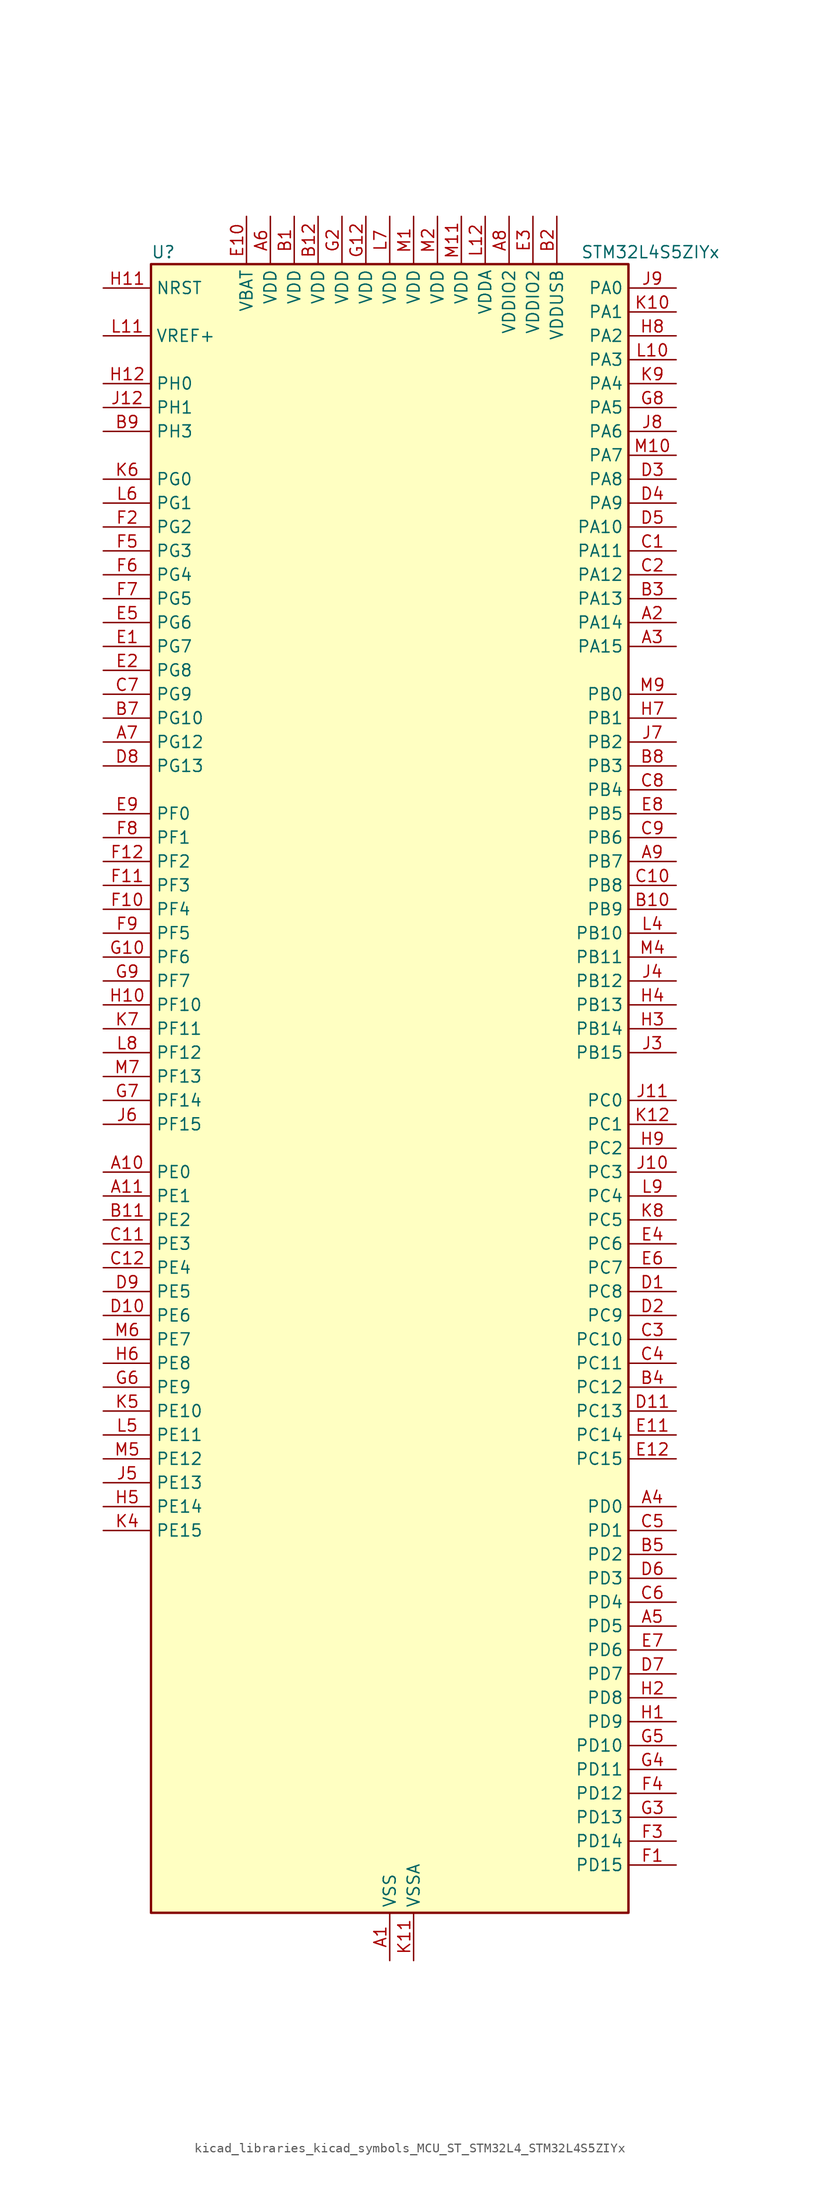
<source format=kicad_sym>
(kicad_symbol_lib
  (version 20220914)
  (generator kicad_symbol_editor)
  (symbol "kicad_libraries_kicad_symbols_MCU_ST_STM32L4_STM32L4S5ZIYx"
    (property "Reference" "U"
      (at -25.4 90.17 0)
      (effects (font (size 1.27 1.27)) (justify left)))
    (property "Value" "STM32L4S5ZIYx"
      (at 20.32 90.17 0)
      (effects (font (size 1.27 1.27)) (justify left)))
    (property "ki_locked" ""
      (at 0 0 0)
      (effects (font (size 1.27 1.27))))
    (symbol "kicad_libraries_kicad_symbols_MCU_ST_STM32L4_STM32L4S5ZIYx_0_1"
      (rectangle (start -25.4 -86.36) (end 25.4 88.9) (stroke (width 0.254) (type default)) (fill (type background))))
    (symbol "kicad_libraries_kicad_symbols_MCU_ST_STM32L4_STM32L4S5ZIYx_1_1"
      (pin power_in line (at 0 -91.44 90) (length 5.08) (name "VSS" (effects (font (size 1.27 1.27)))) (number "A1" (effects (font (size 1.27 1.27)))))
      (pin bidirectional line (at -30.48 -7.62 0) (length 5.08) (name "PE0" (effects (font (size 1.27 1.27)))) (number "A10" (effects (font (size 1.27 1.27)))) (alternate "DCMI_D2" bidirectional line) (alternate "FMC_NBL0" bidirectional line) (alternate "TIM16_CH1" bidirectional line) (alternate "TIM4_ETR" bidirectional line))
      (pin bidirectional line (at -30.48 -10.16 0) (length 5.08) (name "PE1" (effects (font (size 1.27 1.27)))) (number "A11" (effects (font (size 1.27 1.27)))) (alternate "DCMI_D3" bidirectional line) (alternate "FMC_NBL1" bidirectional line) (alternate "TIM17_CH1" bidirectional line))
      (pin passive line (at 0 -91.44 90) (length 5.08) hide (name "VSS" (effects (font (size 1.27 1.27)))) (number "A12" (effects (font (size 1.27 1.27)))))
      (pin bidirectional line (at 30.48 50.8 180) (length 5.08) (name "PA14" (effects (font (size 1.27 1.27)))) (number "A2" (effects (font (size 1.27 1.27)))) (alternate "I2C1_SMBA" bidirectional line) (alternate "I2C4_SMBA" bidirectional line) (alternate "LPTIM1_OUT" bidirectional line) (alternate "SAI1_FS_B" bidirectional line) (alternate "SYS_JTCK-SWCLK" bidirectional line) (alternate "USB_OTG_FS_SOF" bidirectional line))
      (pin bidirectional line (at 30.48 48.26 180) (length 5.08) (name "PA15" (effects (font (size 1.27 1.27)))) (number "A3" (effects (font (size 1.27 1.27)))) (alternate "ADC1_EXTI15" bidirectional line) (alternate "SAI2_FS_B" bidirectional line) (alternate "SPI1_NSS" bidirectional line) (alternate "SPI3_NSS" bidirectional line) (alternate "SYS_JTDI" bidirectional line) (alternate "TIM2_CH1" bidirectional line) (alternate "TIM2_ETR" bidirectional line) (alternate "TSC_G3_IO1" bidirectional line) (alternate "UART4_DE" bidirectional line) (alternate "UART4_RTS" bidirectional line) (alternate "USART2_RX" bidirectional line) (alternate "USART3_DE" bidirectional line) (alternate "USART3_RTS" bidirectional line))
      (pin bidirectional line (at 30.48 -43.18 180) (length 5.08) (name "PD0" (effects (font (size 1.27 1.27)))) (number "A4" (effects (font (size 1.27 1.27)))) (alternate "CAN1_RX" bidirectional line) (alternate "DFSDM1_DATIN7" bidirectional line) (alternate "FMC_D2" bidirectional line) (alternate "FMC_DA2" bidirectional line) (alternate "SPI2_NSS" bidirectional line))
      (pin bidirectional line (at 30.48 -55.88 180) (length 5.08) (name "PD5" (effects (font (size 1.27 1.27)))) (number "A5" (effects (font (size 1.27 1.27)))) (alternate "FMC_NWE" bidirectional line) (alternate "OCTOSPIM_P1_IO5" bidirectional line) (alternate "USART2_TX" bidirectional line))
      (pin power_in line (at -12.7 93.98 270) (length 5.08) (name "VDD" (effects (font (size 1.27 1.27)))) (number "A6" (effects (font (size 1.27 1.27)))))
      (pin bidirectional line (at -30.48 38.1 0) (length 5.08) (name "PG12" (effects (font (size 1.27 1.27)))) (number "A7" (effects (font (size 1.27 1.27)))) (alternate "FMC_NE4" bidirectional line) (alternate "LPTIM1_ETR" bidirectional line) (alternate "OCTOSPIM_P2_NCS" bidirectional line) (alternate "SAI2_SD_A" bidirectional line) (alternate "SPI3_NSS" bidirectional line) (alternate "USART1_DE" bidirectional line) (alternate "USART1_RTS" bidirectional line))
      (pin power_in line (at 12.7 93.98 270) (length 5.08) (name "VDDIO2" (effects (font (size 1.27 1.27)))) (number "A8" (effects (font (size 1.27 1.27)))))
      (pin bidirectional line (at 30.48 25.4 180) (length 5.08) (name "PB7" (effects (font (size 1.27 1.27)))) (number "A9" (effects (font (size 1.27 1.27)))) (alternate "COMP2_INM" bidirectional line) (alternate "DCMI_VSYNC" bidirectional line) (alternate "DFSDM1_CKIN5" bidirectional line) (alternate "FMC_NL" bidirectional line) (alternate "I2C1_SDA" bidirectional line) (alternate "I2C4_SDA" bidirectional line) (alternate "LPTIM1_IN2" bidirectional line) (alternate "SYS_PVD_IN" bidirectional line) (alternate "TIM17_CH1N" bidirectional line) (alternate "TIM4_CH2" bidirectional line) (alternate "TIM8_BKIN" bidirectional line) (alternate "TSC_G2_IO4" bidirectional line) (alternate "UART4_CTS" bidirectional line) (alternate "USART1_RX" bidirectional line))
      (pin power_in line (at -10.16 93.98 270) (length 5.08) (name "VDD" (effects (font (size 1.27 1.27)))) (number "B1" (effects (font (size 1.27 1.27)))))
      (pin bidirectional line (at 30.48 20.32 180) (length 5.08) (name "PB9" (effects (font (size 1.27 1.27)))) (number "B10" (effects (font (size 1.27 1.27)))) (alternate "CAN1_TX" bidirectional line) (alternate "DAC1_EXTI9" bidirectional line) (alternate "DCMI_D7" bidirectional line) (alternate "DFSDM1_CKIN6" bidirectional line) (alternate "I2C1_SDA" bidirectional line) (alternate "IR_OUT" bidirectional line) (alternate "SAI1_D2" bidirectional line) (alternate "SAI1_FS_A" bidirectional line) (alternate "SDMMC1_CDIR" bidirectional line) (alternate "SDMMC1_D5" bidirectional line) (alternate "SPI2_NSS" bidirectional line) (alternate "TIM17_CH1" bidirectional line) (alternate "TIM4_CH4" bidirectional line))
      (pin bidirectional line (at -30.48 -12.7 0) (length 5.08) (name "PE2" (effects (font (size 1.27 1.27)))) (number "B11" (effects (font (size 1.27 1.27)))) (alternate "FMC_A23" bidirectional line) (alternate "SAI1_CK1" bidirectional line) (alternate "SAI1_MCLK_A" bidirectional line) (alternate "SYS_TRACECLK" bidirectional line) (alternate "TIM3_ETR" bidirectional line) (alternate "TSC_G7_IO1" bidirectional line))
      (pin power_in line (at -7.62 93.98 270) (length 5.08) (name "VDD" (effects (font (size 1.27 1.27)))) (number "B12" (effects (font (size 1.27 1.27)))))
      (pin power_in line (at 17.78 93.98 270) (length 5.08) (name "VDDUSB" (effects (font (size 1.27 1.27)))) (number "B2" (effects (font (size 1.27 1.27)))))
      (pin bidirectional line (at 30.48 53.34 180) (length 5.08) (name "PA13" (effects (font (size 1.27 1.27)))) (number "B3" (effects (font (size 1.27 1.27)))) (alternate "IR_OUT" bidirectional line) (alternate "SAI1_SD_B" bidirectional line) (alternate "SYS_JTMS-SWDIO" bidirectional line) (alternate "USB_OTG_FS_NOE" bidirectional line))
      (pin bidirectional line (at 30.48 -30.48 180) (length 5.08) (name "PC12" (effects (font (size 1.27 1.27)))) (number "B4" (effects (font (size 1.27 1.27)))) (alternate "DCMI_D9" bidirectional line) (alternate "SAI2_SD_B" bidirectional line) (alternate "SDMMC1_CK" bidirectional line) (alternate "SPI3_MOSI" bidirectional line) (alternate "SYS_TRACED3" bidirectional line) (alternate "TSC_G3_IO4" bidirectional line) (alternate "UART5_TX" bidirectional line) (alternate "USART3_CK" bidirectional line))
      (pin bidirectional line (at 30.48 -48.26 180) (length 5.08) (name "PD2" (effects (font (size 1.27 1.27)))) (number "B5" (effects (font (size 1.27 1.27)))) (alternate "DCMI_D11" bidirectional line) (alternate "SDMMC1_CMD" bidirectional line) (alternate "SYS_TRACED2" bidirectional line) (alternate "TIM3_ETR" bidirectional line) (alternate "TSC_SYNC" bidirectional line) (alternate "UART5_RX" bidirectional line) (alternate "USART3_DE" bidirectional line) (alternate "USART3_RTS" bidirectional line))
      (pin passive line (at 0 -91.44 90) (length 5.08) hide (name "VSS" (effects (font (size 1.27 1.27)))) (number "B6" (effects (font (size 1.27 1.27)))))
      (pin bidirectional line (at -30.48 40.64 0) (length 5.08) (name "PG10" (effects (font (size 1.27 1.27)))) (number "B7" (effects (font (size 1.27 1.27)))) (alternate "FMC_NE3" bidirectional line) (alternate "LPTIM1_IN1" bidirectional line) (alternate "OCTOSPIM_P2_IO7" bidirectional line) (alternate "SAI2_FS_A" bidirectional line) (alternate "SPI3_MISO" bidirectional line) (alternate "TIM15_CH1" bidirectional line) (alternate "USART1_RX" bidirectional line))
      (pin bidirectional line (at 30.48 35.56 180) (length 5.08) (name "PB3" (effects (font (size 1.27 1.27)))) (number "B8" (effects (font (size 1.27 1.27)))) (alternate "COMP2_INM" bidirectional line) (alternate "CRS_SYNC" bidirectional line) (alternate "SAI1_SCK_B" bidirectional line) (alternate "SPI1_SCK" bidirectional line) (alternate "SPI3_SCK" bidirectional line) (alternate "SYS_JTDO-SWO" bidirectional line) (alternate "TIM2_CH2" bidirectional line) (alternate "USART1_DE" bidirectional line) (alternate "USART1_RTS" bidirectional line))
      (pin bidirectional line (at -30.48 71.12 0) (length 5.08) (name "PH3" (effects (font (size 1.27 1.27)))) (number "B9" (effects (font (size 1.27 1.27)))))
      (pin bidirectional line (at 30.48 58.42 180) (length 5.08) (name "PA11" (effects (font (size 1.27 1.27)))) (number "C1" (effects (font (size 1.27 1.27)))) (alternate "ADC1_EXTI11" bidirectional line) (alternate "CAN1_RX" bidirectional line) (alternate "SPI1_MISO" bidirectional line) (alternate "TIM1_BKIN2" bidirectional line) (alternate "TIM1_CH4" bidirectional line) (alternate "USART1_CTS" bidirectional line) (alternate "USART1_NSS" bidirectional line) (alternate "USB_OTG_FS_DM" bidirectional line))
      (pin bidirectional line (at 30.48 22.86 180) (length 5.08) (name "PB8" (effects (font (size 1.27 1.27)))) (number "C10" (effects (font (size 1.27 1.27)))) (alternate "CAN1_RX" bidirectional line) (alternate "DCMI_D6" bidirectional line) (alternate "DFSDM1_CKOUT" bidirectional line) (alternate "DFSDM1_DATIN6" bidirectional line) (alternate "I2C1_SCL" bidirectional line) (alternate "SAI1_CK1" bidirectional line) (alternate "SAI1_MCLK_A" bidirectional line) (alternate "SDMMC1_CKIN" bidirectional line) (alternate "SDMMC1_D4" bidirectional line) (alternate "TIM16_CH1" bidirectional line) (alternate "TIM4_CH3" bidirectional line))
      (pin bidirectional line (at -30.48 -15.24 0) (length 5.08) (name "PE3" (effects (font (size 1.27 1.27)))) (number "C11" (effects (font (size 1.27 1.27)))) (alternate "FMC_A19" bidirectional line) (alternate "OCTOSPIM_P1_DQS" bidirectional line) (alternate "SAI1_SD_B" bidirectional line) (alternate "SYS_TRACED0" bidirectional line) (alternate "TIM3_CH1" bidirectional line) (alternate "TSC_G7_IO2" bidirectional line))
      (pin bidirectional line (at -30.48 -17.78 0) (length 5.08) (name "PE4" (effects (font (size 1.27 1.27)))) (number "C12" (effects (font (size 1.27 1.27)))) (alternate "DCMI_D4" bidirectional line) (alternate "DFSDM1_DATIN3" bidirectional line) (alternate "FMC_A20" bidirectional line) (alternate "SAI1_D2" bidirectional line) (alternate "SAI1_FS_A" bidirectional line) (alternate "SYS_TRACED1" bidirectional line) (alternate "TIM3_CH2" bidirectional line) (alternate "TSC_G7_IO3" bidirectional line))
      (pin bidirectional line (at 30.48 55.88 180) (length 5.08) (name "PA12" (effects (font (size 1.27 1.27)))) (number "C2" (effects (font (size 1.27 1.27)))) (alternate "CAN1_TX" bidirectional line) (alternate "SPI1_MOSI" bidirectional line) (alternate "TIM1_ETR" bidirectional line) (alternate "USART1_DE" bidirectional line) (alternate "USART1_RTS" bidirectional line) (alternate "USB_OTG_FS_DP" bidirectional line))
      (pin bidirectional line (at 30.48 -25.4 180) (length 5.08) (name "PC10" (effects (font (size 1.27 1.27)))) (number "C3" (effects (font (size 1.27 1.27)))) (alternate "DCMI_D8" bidirectional line) (alternate "SAI2_SCK_B" bidirectional line) (alternate "SDMMC1_D2" bidirectional line) (alternate "SPI3_SCK" bidirectional line) (alternate "SYS_TRACED1" bidirectional line) (alternate "TSC_G3_IO2" bidirectional line) (alternate "UART4_TX" bidirectional line) (alternate "USART3_TX" bidirectional line))
      (pin bidirectional line (at 30.48 -27.94 180) (length 5.08) (name "PC11" (effects (font (size 1.27 1.27)))) (number "C4" (effects (font (size 1.27 1.27)))) (alternate "ADC1_EXTI11" bidirectional line) (alternate "DCMI_D2" bidirectional line) (alternate "DCMI_D4" bidirectional line) (alternate "OCTOSPIM_P1_NCS" bidirectional line) (alternate "SAI2_MCLK_B" bidirectional line) (alternate "SDMMC1_D3" bidirectional line) (alternate "SPI3_MISO" bidirectional line) (alternate "TSC_G3_IO3" bidirectional line) (alternate "UART4_RX" bidirectional line) (alternate "USART3_RX" bidirectional line))
      (pin bidirectional line (at 30.48 -45.72 180) (length 5.08) (name "PD1" (effects (font (size 1.27 1.27)))) (number "C5" (effects (font (size 1.27 1.27)))) (alternate "CAN1_TX" bidirectional line) (alternate "DFSDM1_CKIN7" bidirectional line) (alternate "FMC_D3" bidirectional line) (alternate "FMC_DA3" bidirectional line) (alternate "SPI2_SCK" bidirectional line))
      (pin bidirectional line (at 30.48 -53.34 180) (length 5.08) (name "PD4" (effects (font (size 1.27 1.27)))) (number "C6" (effects (font (size 1.27 1.27)))) (alternate "DFSDM1_CKIN0" bidirectional line) (alternate "FMC_NOE" bidirectional line) (alternate "OCTOSPIM_P1_IO4" bidirectional line) (alternate "SPI2_MOSI" bidirectional line) (alternate "USART2_DE" bidirectional line) (alternate "USART2_RTS" bidirectional line))
      (pin bidirectional line (at -30.48 43.18 0) (length 5.08) (name "PG9" (effects (font (size 1.27 1.27)))) (number "C7" (effects (font (size 1.27 1.27)))) (alternate "DAC1_EXTI9" bidirectional line) (alternate "FMC_NCE" bidirectional line) (alternate "FMC_NE2" bidirectional line) (alternate "OCTOSPIM_P2_IO6" bidirectional line) (alternate "SAI2_SCK_A" bidirectional line) (alternate "SPI3_SCK" bidirectional line) (alternate "TIM15_CH1N" bidirectional line) (alternate "USART1_TX" bidirectional line))
      (pin bidirectional line (at 30.48 33.02 180) (length 5.08) (name "PB4" (effects (font (size 1.27 1.27)))) (number "C8" (effects (font (size 1.27 1.27)))) (alternate "COMP2_INP" bidirectional line) (alternate "DCMI_D12" bidirectional line) (alternate "I2C3_SDA" bidirectional line) (alternate "SAI1_MCLK_B" bidirectional line) (alternate "SPI1_MISO" bidirectional line) (alternate "SPI3_MISO" bidirectional line) (alternate "SYS_JTRST" bidirectional line) (alternate "TIM17_BKIN" bidirectional line) (alternate "TIM3_CH1" bidirectional line) (alternate "TSC_G2_IO1" bidirectional line) (alternate "UART5_DE" bidirectional line) (alternate "UART5_RTS" bidirectional line) (alternate "USART1_CTS" bidirectional line) (alternate "USART1_NSS" bidirectional line))
      (pin bidirectional line (at 30.48 27.94 180) (length 5.08) (name "PB6" (effects (font (size 1.27 1.27)))) (number "C9" (effects (font (size 1.27 1.27)))) (alternate "COMP2_INP" bidirectional line) (alternate "DCMI_D5" bidirectional line) (alternate "DFSDM1_DATIN5" bidirectional line) (alternate "I2C1_SCL" bidirectional line) (alternate "I2C4_SCL" bidirectional line) (alternate "LPTIM1_ETR" bidirectional line) (alternate "SAI1_FS_B" bidirectional line) (alternate "TIM16_CH1N" bidirectional line) (alternate "TIM4_CH1" bidirectional line) (alternate "TIM8_BKIN2" bidirectional line) (alternate "TSC_G2_IO3" bidirectional line) (alternate "USART1_TX" bidirectional line))
      (pin bidirectional line (at 30.48 -20.32 180) (length 5.08) (name "PC8" (effects (font (size 1.27 1.27)))) (number "D1" (effects (font (size 1.27 1.27)))) (alternate "DCMI_D2" bidirectional line) (alternate "SDMMC1_D0" bidirectional line) (alternate "TIM3_CH3" bidirectional line) (alternate "TIM8_CH3" bidirectional line) (alternate "TSC_G4_IO3" bidirectional line))
      (pin bidirectional line (at -30.48 -22.86 0) (length 5.08) (name "PE6" (effects (font (size 1.27 1.27)))) (number "D10" (effects (font (size 1.27 1.27)))) (alternate "DCMI_D7" bidirectional line) (alternate "FMC_A22" bidirectional line) (alternate "RTC_TAMP3" bidirectional line) (alternate "SAI1_D1" bidirectional line) (alternate "SAI1_SD_A" bidirectional line) (alternate "SYS_TRACED3" bidirectional line) (alternate "SYS_WKUP3" bidirectional line) (alternate "TIM3_CH4" bidirectional line))
      (pin bidirectional line (at 30.48 -33.02 180) (length 5.08) (name "PC13" (effects (font (size 1.27 1.27)))) (number "D11" (effects (font (size 1.27 1.27)))) (alternate "RTC_OUT_ALARM" bidirectional line) (alternate "RTC_OUT_CALIB" bidirectional line) (alternate "RTC_TAMP1" bidirectional line) (alternate "RTC_TS" bidirectional line) (alternate "SYS_WKUP2" bidirectional line))
      (pin passive line (at 0 -91.44 90) (length 5.08) hide (name "VSS" (effects (font (size 1.27 1.27)))) (number "D12" (effects (font (size 1.27 1.27)))))
      (pin bidirectional line (at 30.48 -22.86 180) (length 5.08) (name "PC9" (effects (font (size 1.27 1.27)))) (number "D2" (effects (font (size 1.27 1.27)))) (alternate "DAC1_EXTI9" bidirectional line) (alternate "DCMI_D3" bidirectional line) (alternate "I2C3_SDA" bidirectional line) (alternate "SAI2_EXTCLK" bidirectional line) (alternate "SDMMC1_D1" bidirectional line) (alternate "SYS_TRACED0" bidirectional line) (alternate "TIM3_CH4" bidirectional line) (alternate "TIM8_BKIN2" bidirectional line) (alternate "TIM8_CH4" bidirectional line) (alternate "TSC_G4_IO4" bidirectional line) (alternate "USB_OTG_FS_NOE" bidirectional line))
      (pin bidirectional line (at 30.48 66.04 180) (length 5.08) (name "PA8" (effects (font (size 1.27 1.27)))) (number "D3" (effects (font (size 1.27 1.27)))) (alternate "LPTIM2_OUT" bidirectional line) (alternate "RCC_MCO" bidirectional line) (alternate "SAI1_CK2" bidirectional line) (alternate "SAI1_SCK_A" bidirectional line) (alternate "TIM1_CH1" bidirectional line) (alternate "USART1_CK" bidirectional line) (alternate "USB_OTG_FS_SOF" bidirectional line))
      (pin bidirectional line (at 30.48 63.5 180) (length 5.08) (name "PA9" (effects (font (size 1.27 1.27)))) (number "D4" (effects (font (size 1.27 1.27)))) (alternate "DAC1_EXTI9" bidirectional line) (alternate "DCMI_D0" bidirectional line) (alternate "SAI1_FS_A" bidirectional line) (alternate "SPI2_SCK" bidirectional line) (alternate "TIM15_BKIN" bidirectional line) (alternate "TIM1_CH2" bidirectional line) (alternate "USART1_TX" bidirectional line) (alternate "USB_OTG_FS_VBUS" bidirectional line))
      (pin bidirectional line (at 30.48 60.96 180) (length 5.08) (name "PA10" (effects (font (size 1.27 1.27)))) (number "D5" (effects (font (size 1.27 1.27)))) (alternate "DCMI_D1" bidirectional line) (alternate "SAI1_D1" bidirectional line) (alternate "SAI1_SD_A" bidirectional line) (alternate "TIM17_BKIN" bidirectional line) (alternate "TIM1_CH3" bidirectional line) (alternate "USART1_RX" bidirectional line) (alternate "USB_OTG_FS_ID" bidirectional line))
      (pin bidirectional line (at 30.48 -50.8 180) (length 5.08) (name "PD3" (effects (font (size 1.27 1.27)))) (number "D6" (effects (font (size 1.27 1.27)))) (alternate "DCMI_D5" bidirectional line) (alternate "DFSDM1_DATIN0" bidirectional line) (alternate "FMC_CLK" bidirectional line) (alternate "OCTOSPIM_P2_NCS" bidirectional line) (alternate "SPI2_MISO" bidirectional line) (alternate "SPI2_SCK" bidirectional line) (alternate "USART2_CTS" bidirectional line) (alternate "USART2_NSS" bidirectional line))
      (pin bidirectional line (at 30.48 -60.96 180) (length 5.08) (name "PD7" (effects (font (size 1.27 1.27)))) (number "D7" (effects (font (size 1.27 1.27)))) (alternate "DFSDM1_CKIN1" bidirectional line) (alternate "FMC_NCE" bidirectional line) (alternate "FMC_NE1" bidirectional line) (alternate "OCTOSPIM_P1_IO7" bidirectional line) (alternate "USART2_CK" bidirectional line))
      (pin bidirectional line (at -30.48 35.56 0) (length 5.08) (name "PG13" (effects (font (size 1.27 1.27)))) (number "D8" (effects (font (size 1.27 1.27)))) (alternate "FMC_A24" bidirectional line) (alternate "I2C1_SDA" bidirectional line) (alternate "USART1_CK" bidirectional line))
      (pin bidirectional line (at -30.48 -20.32 0) (length 5.08) (name "PE5" (effects (font (size 1.27 1.27)))) (number "D9" (effects (font (size 1.27 1.27)))) (alternate "DCMI_D6" bidirectional line) (alternate "DFSDM1_CKIN3" bidirectional line) (alternate "FMC_A21" bidirectional line) (alternate "SAI1_CK2" bidirectional line) (alternate "SAI1_SCK_A" bidirectional line) (alternate "SYS_TRACED2" bidirectional line) (alternate "TIM3_CH3" bidirectional line) (alternate "TSC_G7_IO4" bidirectional line))
      (pin bidirectional line (at -30.48 48.26 0) (length 5.08) (name "PG7" (effects (font (size 1.27 1.27)))) (number "E1" (effects (font (size 1.27 1.27)))) (alternate "DFSDM1_CKOUT" bidirectional line) (alternate "FMC_INT" bidirectional line) (alternate "I2C3_SCL" bidirectional line) (alternate "LPUART1_TX" bidirectional line) (alternate "OCTOSPIM_P2_DQS" bidirectional line) (alternate "SAI1_CK1" bidirectional line) (alternate "SAI1_MCLK_A" bidirectional line))
      (pin power_in line (at -15.24 93.98 270) (length 5.08) (name "VBAT" (effects (font (size 1.27 1.27)))) (number "E10" (effects (font (size 1.27 1.27)))))
      (pin bidirectional line (at 30.48 -35.56 180) (length 5.08) (name "PC14" (effects (font (size 1.27 1.27)))) (number "E11" (effects (font (size 1.27 1.27)))) (alternate "RCC_OSC32_IN" bidirectional line))
      (pin bidirectional line (at 30.48 -38.1 180) (length 5.08) (name "PC15" (effects (font (size 1.27 1.27)))) (number "E12" (effects (font (size 1.27 1.27)))) (alternate "ADC1_EXTI15" bidirectional line) (alternate "RCC_OSC32_OUT" bidirectional line))
      (pin bidirectional line (at -30.48 45.72 0) (length 5.08) (name "PG8" (effects (font (size 1.27 1.27)))) (number "E2" (effects (font (size 1.27 1.27)))) (alternate "I2C3_SDA" bidirectional line) (alternate "LPUART1_RX" bidirectional line))
      (pin power_in line (at 15.24 93.98 270) (length 5.08) (name "VDDIO2" (effects (font (size 1.27 1.27)))) (number "E3" (effects (font (size 1.27 1.27)))))
      (pin bidirectional line (at 30.48 -15.24 180) (length 5.08) (name "PC6" (effects (font (size 1.27 1.27)))) (number "E4" (effects (font (size 1.27 1.27)))) (alternate "DCMI_D0" bidirectional line) (alternate "DFSDM1_CKIN3" bidirectional line) (alternate "SAI2_MCLK_A" bidirectional line) (alternate "SDMMC1_D0DIR" bidirectional line) (alternate "SDMMC1_D6" bidirectional line) (alternate "TIM3_CH1" bidirectional line) (alternate "TIM8_CH1" bidirectional line) (alternate "TSC_G4_IO1" bidirectional line))
      (pin bidirectional line (at -30.48 50.8 0) (length 5.08) (name "PG6" (effects (font (size 1.27 1.27)))) (number "E5" (effects (font (size 1.27 1.27)))) (alternate "I2C3_SMBA" bidirectional line) (alternate "LPUART1_DE" bidirectional line) (alternate "LPUART1_RTS" bidirectional line) (alternate "OCTOSPIM_P1_DQS" bidirectional line))
      (pin bidirectional line (at 30.48 -17.78 180) (length 5.08) (name "PC7" (effects (font (size 1.27 1.27)))) (number "E6" (effects (font (size 1.27 1.27)))) (alternate "DCMI_D1" bidirectional line) (alternate "DFSDM1_DATIN3" bidirectional line) (alternate "SAI2_MCLK_B" bidirectional line) (alternate "SDMMC1_D123DIR" bidirectional line) (alternate "SDMMC1_D7" bidirectional line) (alternate "TIM3_CH2" bidirectional line) (alternate "TIM8_CH2" bidirectional line) (alternate "TSC_G4_IO2" bidirectional line))
      (pin bidirectional line (at 30.48 -58.42 180) (length 5.08) (name "PD6" (effects (font (size 1.27 1.27)))) (number "E7" (effects (font (size 1.27 1.27)))) (alternate "DCMI_D10" bidirectional line) (alternate "DFSDM1_DATIN1" bidirectional line) (alternate "FMC_NWAIT" bidirectional line) (alternate "OCTOSPIM_P1_IO6" bidirectional line) (alternate "SAI1_D1" bidirectional line) (alternate "SAI1_SD_A" bidirectional line) (alternate "SPI3_MOSI" bidirectional line) (alternate "USART2_RX" bidirectional line))
      (pin bidirectional line (at 30.48 30.48 180) (length 5.08) (name "PB5" (effects (font (size 1.27 1.27)))) (number "E8" (effects (font (size 1.27 1.27)))) (alternate "COMP2_OUT" bidirectional line) (alternate "DCMI_D10" bidirectional line) (alternate "I2C1_SMBA" bidirectional line) (alternate "LPTIM1_IN1" bidirectional line) (alternate "SAI1_SD_B" bidirectional line) (alternate "SPI1_MOSI" bidirectional line) (alternate "SPI3_MOSI" bidirectional line) (alternate "TIM16_BKIN" bidirectional line) (alternate "TIM3_CH2" bidirectional line) (alternate "TSC_G2_IO2" bidirectional line) (alternate "UART5_CTS" bidirectional line) (alternate "USART1_CK" bidirectional line))
      (pin bidirectional line (at -30.48 30.48 0) (length 5.08) (name "PF0" (effects (font (size 1.27 1.27)))) (number "E9" (effects (font (size 1.27 1.27)))) (alternate "FMC_A0" bidirectional line) (alternate "I2C2_SDA" bidirectional line) (alternate "OCTOSPIM_P2_IO0" bidirectional line))
      (pin bidirectional line (at 30.48 -81.28 180) (length 5.08) (name "PD15" (effects (font (size 1.27 1.27)))) (number "F1" (effects (font (size 1.27 1.27)))) (alternate "ADC1_EXTI15" bidirectional line) (alternate "FMC_D1" bidirectional line) (alternate "FMC_DA1" bidirectional line) (alternate "TIM4_CH4" bidirectional line))
      (pin bidirectional line (at -30.48 20.32 0) (length 5.08) (name "PF4" (effects (font (size 1.27 1.27)))) (number "F10" (effects (font (size 1.27 1.27)))) (alternate "FMC_A4" bidirectional line) (alternate "OCTOSPIM_P2_CLK" bidirectional line))
      (pin bidirectional line (at -30.48 22.86 0) (length 5.08) (name "PF3" (effects (font (size 1.27 1.27)))) (number "F11" (effects (font (size 1.27 1.27)))) (alternate "FMC_A3" bidirectional line) (alternate "OCTOSPIM_P2_IO3" bidirectional line))
      (pin bidirectional line (at -30.48 25.4 0) (length 5.08) (name "PF2" (effects (font (size 1.27 1.27)))) (number "F12" (effects (font (size 1.27 1.27)))) (alternate "FMC_A2" bidirectional line) (alternate "I2C2_SMBA" bidirectional line) (alternate "OCTOSPIM_P2_IO2" bidirectional line))
      (pin bidirectional line (at -30.48 60.96 0) (length 5.08) (name "PG2" (effects (font (size 1.27 1.27)))) (number "F2" (effects (font (size 1.27 1.27)))) (alternate "FMC_A12" bidirectional line) (alternate "SAI2_SCK_B" bidirectional line) (alternate "SPI1_SCK" bidirectional line))
      (pin bidirectional line (at 30.48 -78.74 180) (length 5.08) (name "PD14" (effects (font (size 1.27 1.27)))) (number "F3" (effects (font (size 1.27 1.27)))) (alternate "FMC_D0" bidirectional line) (alternate "FMC_DA0" bidirectional line) (alternate "TIM4_CH3" bidirectional line))
      (pin bidirectional line (at 30.48 -73.66 180) (length 5.08) (name "PD12" (effects (font (size 1.27 1.27)))) (number "F4" (effects (font (size 1.27 1.27)))) (alternate "FMC_A17" bidirectional line) (alternate "FMC_ALE" bidirectional line) (alternate "I2C4_SCL" bidirectional line) (alternate "LPTIM2_IN1" bidirectional line) (alternate "SAI2_FS_A" bidirectional line) (alternate "TIM4_CH1" bidirectional line) (alternate "TSC_G6_IO3" bidirectional line) (alternate "USART3_DE" bidirectional line) (alternate "USART3_RTS" bidirectional line))
      (pin bidirectional line (at -30.48 58.42 0) (length 5.08) (name "PG3" (effects (font (size 1.27 1.27)))) (number "F5" (effects (font (size 1.27 1.27)))) (alternate "FMC_A13" bidirectional line) (alternate "SAI2_FS_B" bidirectional line) (alternate "SPI1_MISO" bidirectional line))
      (pin bidirectional line (at -30.48 55.88 0) (length 5.08) (name "PG4" (effects (font (size 1.27 1.27)))) (number "F6" (effects (font (size 1.27 1.27)))) (alternate "FMC_A14" bidirectional line) (alternate "SAI2_MCLK_B" bidirectional line) (alternate "SPI1_MOSI" bidirectional line))
      (pin bidirectional line (at -30.48 53.34 0) (length 5.08) (name "PG5" (effects (font (size 1.27 1.27)))) (number "F7" (effects (font (size 1.27 1.27)))) (alternate "FMC_A15" bidirectional line) (alternate "LPUART1_CTS" bidirectional line) (alternate "SAI2_SD_B" bidirectional line) (alternate "SPI1_NSS" bidirectional line))
      (pin bidirectional line (at -30.48 27.94 0) (length 5.08) (name "PF1" (effects (font (size 1.27 1.27)))) (number "F8" (effects (font (size 1.27 1.27)))) (alternate "FMC_A1" bidirectional line) (alternate "I2C2_SCL" bidirectional line) (alternate "OCTOSPIM_P2_IO1" bidirectional line))
      (pin bidirectional line (at -30.48 17.78 0) (length 5.08) (name "PF5" (effects (font (size 1.27 1.27)))) (number "F9" (effects (font (size 1.27 1.27)))) (alternate "FMC_A5" bidirectional line))
      (pin passive line (at 0 -91.44 90) (length 5.08) hide (name "VSS" (effects (font (size 1.27 1.27)))) (number "G1" (effects (font (size 1.27 1.27)))))
      (pin bidirectional line (at -30.48 15.24 0) (length 5.08) (name "PF6" (effects (font (size 1.27 1.27)))) (number "G10" (effects (font (size 1.27 1.27)))) (alternate "OCTOSPIM_P1_IO3" bidirectional line) (alternate "SAI1_SD_B" bidirectional line) (alternate "TIM5_CH1" bidirectional line) (alternate "TIM5_ETR" bidirectional line))
      (pin passive line (at 0 -91.44 90) (length 5.08) hide (name "VSS" (effects (font (size 1.27 1.27)))) (number "G11" (effects (font (size 1.27 1.27)))))
      (pin power_in line (at -2.54 93.98 270) (length 5.08) (name "VDD" (effects (font (size 1.27 1.27)))) (number "G12" (effects (font (size 1.27 1.27)))))
      (pin power_in line (at -5.08 93.98 270) (length 5.08) (name "VDD" (effects (font (size 1.27 1.27)))) (number "G2" (effects (font (size 1.27 1.27)))))
      (pin bidirectional line (at 30.48 -76.2 180) (length 5.08) (name "PD13" (effects (font (size 1.27 1.27)))) (number "G3" (effects (font (size 1.27 1.27)))) (alternate "FMC_A18" bidirectional line) (alternate "I2C4_SDA" bidirectional line) (alternate "LPTIM2_OUT" bidirectional line) (alternate "TIM4_CH2" bidirectional line) (alternate "TSC_G6_IO4" bidirectional line))
      (pin bidirectional line (at 30.48 -71.12 180) (length 5.08) (name "PD11" (effects (font (size 1.27 1.27)))) (number "G4" (effects (font (size 1.27 1.27)))) (alternate "ADC1_EXTI11" bidirectional line) (alternate "FMC_A16" bidirectional line) (alternate "FMC_CLE" bidirectional line) (alternate "I2C4_SMBA" bidirectional line) (alternate "LPTIM2_ETR" bidirectional line) (alternate "SAI2_SD_A" bidirectional line) (alternate "TSC_G6_IO2" bidirectional line) (alternate "USART3_CTS" bidirectional line) (alternate "USART3_NSS" bidirectional line))
      (pin bidirectional line (at 30.48 -68.58 180) (length 5.08) (name "PD10" (effects (font (size 1.27 1.27)))) (number "G5" (effects (font (size 1.27 1.27)))) (alternate "FMC_D15" bidirectional line) (alternate "FMC_DA15" bidirectional line) (alternate "SAI2_SCK_A" bidirectional line) (alternate "TSC_G6_IO1" bidirectional line) (alternate "USART3_CK" bidirectional line))
      (pin bidirectional line (at -30.48 -30.48 0) (length 5.08) (name "PE9" (effects (font (size 1.27 1.27)))) (number "G6" (effects (font (size 1.27 1.27)))) (alternate "DAC1_EXTI9" bidirectional line) (alternate "DFSDM1_CKOUT" bidirectional line) (alternate "FMC_D6" bidirectional line) (alternate "FMC_DA6" bidirectional line) (alternate "SAI1_FS_B" bidirectional line) (alternate "TIM1_CH1" bidirectional line))
      (pin bidirectional line (at -30.48 0 0) (length 5.08) (name "PF14" (effects (font (size 1.27 1.27)))) (number "G7" (effects (font (size 1.27 1.27)))) (alternate "DFSDM1_CKIN6" bidirectional line) (alternate "FMC_A8" bidirectional line) (alternate "I2C4_SCL" bidirectional line) (alternate "TSC_G8_IO1" bidirectional line))
      (pin bidirectional line (at 30.48 73.66 180) (length 5.08) (name "PA5" (effects (font (size 1.27 1.27)))) (number "G8" (effects (font (size 1.27 1.27)))) (alternate "ADC1_IN10" bidirectional line) (alternate "DAC1_OUT2" bidirectional line) (alternate "LPTIM2_ETR" bidirectional line) (alternate "SPI1_SCK" bidirectional line) (alternate "TIM2_CH1" bidirectional line) (alternate "TIM2_ETR" bidirectional line) (alternate "TIM8_CH1N" bidirectional line))
      (pin bidirectional line (at -30.48 12.7 0) (length 5.08) (name "PF7" (effects (font (size 1.27 1.27)))) (number "G9" (effects (font (size 1.27 1.27)))) (alternate "OCTOSPIM_P1_IO2" bidirectional line) (alternate "SAI1_MCLK_B" bidirectional line) (alternate "TIM5_CH2" bidirectional line))
      (pin bidirectional line (at 30.48 -66.04 180) (length 5.08) (name "PD9" (effects (font (size 1.27 1.27)))) (number "H1" (effects (font (size 1.27 1.27)))) (alternate "DAC1_EXTI9" bidirectional line) (alternate "DCMI_PIXCLK" bidirectional line) (alternate "FMC_D14" bidirectional line) (alternate "FMC_DA14" bidirectional line) (alternate "SAI2_MCLK_A" bidirectional line) (alternate "USART3_RX" bidirectional line))
      (pin bidirectional line (at -30.48 10.16 0) (length 5.08) (name "PF10" (effects (font (size 1.27 1.27)))) (number "H10" (effects (font (size 1.27 1.27)))) (alternate "DCMI_D11" bidirectional line) (alternate "DFSDM1_CKOUT" bidirectional line) (alternate "OCTOSPIM_P1_CLK" bidirectional line) (alternate "SAI1_D3" bidirectional line) (alternate "TIM15_CH2" bidirectional line))
      (pin input line (at -30.48 86.36 0) (length 5.08) (name "NRST" (effects (font (size 1.27 1.27)))) (number "H11" (effects (font (size 1.27 1.27)))))
      (pin bidirectional line (at -30.48 76.2 0) (length 5.08) (name "PH0" (effects (font (size 1.27 1.27)))) (number "H12" (effects (font (size 1.27 1.27)))) (alternate "RCC_OSC_IN" bidirectional line))
      (pin bidirectional line (at 30.48 -63.5 180) (length 5.08) (name "PD8" (effects (font (size 1.27 1.27)))) (number "H2" (effects (font (size 1.27 1.27)))) (alternate "DCMI_HSYNC" bidirectional line) (alternate "FMC_D13" bidirectional line) (alternate "FMC_DA13" bidirectional line) (alternate "USART3_TX" bidirectional line))
      (pin bidirectional line (at 30.48 7.62 180) (length 5.08) (name "PB14" (effects (font (size 1.27 1.27)))) (number "H3" (effects (font (size 1.27 1.27)))) (alternate "DFSDM1_DATIN2" bidirectional line) (alternate "I2C2_SDA" bidirectional line) (alternate "SAI2_MCLK_A" bidirectional line) (alternate "SPI2_MISO" bidirectional line) (alternate "TIM15_CH1" bidirectional line) (alternate "TIM1_CH2N" bidirectional line) (alternate "TIM8_CH2N" bidirectional line) (alternate "TSC_G1_IO3" bidirectional line) (alternate "USART3_DE" bidirectional line) (alternate "USART3_RTS" bidirectional line))
      (pin bidirectional line (at 30.48 10.16 180) (length 5.08) (name "PB13" (effects (font (size 1.27 1.27)))) (number "H4" (effects (font (size 1.27 1.27)))) (alternate "DFSDM1_CKIN1" bidirectional line) (alternate "I2C2_SCL" bidirectional line) (alternate "LPUART1_CTS" bidirectional line) (alternate "SAI2_SCK_A" bidirectional line) (alternate "SPI2_SCK" bidirectional line) (alternate "TIM15_CH1N" bidirectional line) (alternate "TIM1_CH1N" bidirectional line) (alternate "TSC_G1_IO2" bidirectional line) (alternate "USART3_CTS" bidirectional line) (alternate "USART3_NSS" bidirectional line))
      (pin bidirectional line (at -30.48 -43.18 0) (length 5.08) (name "PE14" (effects (font (size 1.27 1.27)))) (number "H5" (effects (font (size 1.27 1.27)))) (alternate "FMC_D11" bidirectional line) (alternate "FMC_DA11" bidirectional line) (alternate "OCTOSPIM_P1_IO2" bidirectional line) (alternate "SPI1_MISO" bidirectional line) (alternate "TIM1_BKIN2" bidirectional line) (alternate "TIM1_CH4" bidirectional line))
      (pin bidirectional line (at -30.48 -27.94 0) (length 5.08) (name "PE8" (effects (font (size 1.27 1.27)))) (number "H6" (effects (font (size 1.27 1.27)))) (alternate "DFSDM1_CKIN2" bidirectional line) (alternate "FMC_D5" bidirectional line) (alternate "FMC_DA5" bidirectional line) (alternate "SAI1_SCK_B" bidirectional line) (alternate "TIM1_CH1N" bidirectional line))
      (pin bidirectional line (at 30.48 40.64 180) (length 5.08) (name "PB1" (effects (font (size 1.27 1.27)))) (number "H7" (effects (font (size 1.27 1.27)))) (alternate "ADC1_IN16" bidirectional line) (alternate "COMP1_INM" bidirectional line) (alternate "DFSDM1_DATIN0" bidirectional line) (alternate "LPTIM2_IN1" bidirectional line) (alternate "LPUART1_DE" bidirectional line) (alternate "LPUART1_RTS" bidirectional line) (alternate "OCTOSPIM_P1_IO0" bidirectional line) (alternate "TIM1_CH3N" bidirectional line) (alternate "TIM3_CH4" bidirectional line) (alternate "TIM8_CH3N" bidirectional line) (alternate "USART3_DE" bidirectional line) (alternate "USART3_RTS" bidirectional line))
      (pin bidirectional line (at 30.48 81.28 180) (length 5.08) (name "PA2" (effects (font (size 1.27 1.27)))) (number "H8" (effects (font (size 1.27 1.27)))) (alternate "ADC1_IN7" bidirectional line) (alternate "LPUART1_TX" bidirectional line) (alternate "OCTOSPIM_P1_NCS" bidirectional line) (alternate "RCC_LSCO" bidirectional line) (alternate "SAI2_EXTCLK" bidirectional line) (alternate "SYS_WKUP4" bidirectional line) (alternate "TIM15_CH1" bidirectional line) (alternate "TIM2_CH3" bidirectional line) (alternate "TIM5_CH3" bidirectional line) (alternate "USART2_TX" bidirectional line))
      (pin bidirectional line (at 30.48 -5.08 180) (length 5.08) (name "PC2" (effects (font (size 1.27 1.27)))) (number "H9" (effects (font (size 1.27 1.27)))) (alternate "ADC1_IN3" bidirectional line) (alternate "DFSDM1_CKOUT" bidirectional line) (alternate "LPTIM1_IN2" bidirectional line) (alternate "OCTOSPIM_P1_IO5" bidirectional line) (alternate "SPI2_MISO" bidirectional line))
      (pin no_connect line (at -25.4 -86.36 0) (length 5.08) hide (name "NC" (effects (font (size 1.27 1.27)))) (number "J1" (effects (font (size 1.27 1.27)))))
      (pin bidirectional line (at 30.48 -7.62 180) (length 5.08) (name "PC3" (effects (font (size 1.27 1.27)))) (number "J10" (effects (font (size 1.27 1.27)))) (alternate "ADC1_IN4" bidirectional line) (alternate "LPTIM1_ETR" bidirectional line) (alternate "LPTIM2_ETR" bidirectional line) (alternate "OCTOSPIM_P1_IO6" bidirectional line) (alternate "SAI1_D1" bidirectional line) (alternate "SAI1_SD_A" bidirectional line) (alternate "SPI2_MOSI" bidirectional line))
      (pin bidirectional line (at 30.48 0 180) (length 5.08) (name "PC0" (effects (font (size 1.27 1.27)))) (number "J11" (effects (font (size 1.27 1.27)))) (alternate "ADC1_IN1" bidirectional line) (alternate "DFSDM1_DATIN4" bidirectional line) (alternate "I2C3_SCL" bidirectional line) (alternate "LPTIM1_IN1" bidirectional line) (alternate "LPTIM2_IN1" bidirectional line) (alternate "LPUART1_RX" bidirectional line) (alternate "SAI2_FS_A" bidirectional line))
      (pin bidirectional line (at -30.48 73.66 0) (length 5.08) (name "PH1" (effects (font (size 1.27 1.27)))) (number "J12" (effects (font (size 1.27 1.27)))) (alternate "RCC_OSC_OUT" bidirectional line))
      (pin no_connect line (at -25.4 -83.82 0) (length 5.08) hide (name "NC" (effects (font (size 1.27 1.27)))) (number "J2" (effects (font (size 1.27 1.27)))))
      (pin bidirectional line (at 30.48 5.08 180) (length 5.08) (name "PB15" (effects (font (size 1.27 1.27)))) (number "J3" (effects (font (size 1.27 1.27)))) (alternate "ADC1_EXTI15" bidirectional line) (alternate "DFSDM1_CKIN2" bidirectional line) (alternate "RTC_REFIN" bidirectional line) (alternate "SAI2_SD_A" bidirectional line) (alternate "SPI2_MOSI" bidirectional line) (alternate "TIM15_CH2" bidirectional line) (alternate "TIM1_CH3N" bidirectional line) (alternate "TIM8_CH3N" bidirectional line) (alternate "TSC_G1_IO4" bidirectional line))
      (pin bidirectional line (at 30.48 12.7 180) (length 5.08) (name "PB12" (effects (font (size 1.27 1.27)))) (number "J4" (effects (font (size 1.27 1.27)))) (alternate "DFSDM1_DATIN1" bidirectional line) (alternate "I2C2_SMBA" bidirectional line) (alternate "LPUART1_DE" bidirectional line) (alternate "LPUART1_RTS" bidirectional line) (alternate "SAI2_FS_A" bidirectional line) (alternate "SPI2_NSS" bidirectional line) (alternate "TIM15_BKIN" bidirectional line) (alternate "TIM1_BKIN" bidirectional line) (alternate "TSC_G1_IO1" bidirectional line) (alternate "USART3_CK" bidirectional line))
      (pin bidirectional line (at -30.48 -40.64 0) (length 5.08) (name "PE13" (effects (font (size 1.27 1.27)))) (number "J5" (effects (font (size 1.27 1.27)))) (alternate "DFSDM1_CKIN5" bidirectional line) (alternate "FMC_D10" bidirectional line) (alternate "FMC_DA10" bidirectional line) (alternate "OCTOSPIM_P1_IO1" bidirectional line) (alternate "SPI1_SCK" bidirectional line) (alternate "TIM1_CH3" bidirectional line) (alternate "TSC_G5_IO4" bidirectional line))
      (pin bidirectional line (at -30.48 -2.54 0) (length 5.08) (name "PF15" (effects (font (size 1.27 1.27)))) (number "J6" (effects (font (size 1.27 1.27)))) (alternate "ADC1_EXTI15" bidirectional line) (alternate "FMC_A9" bidirectional line) (alternate "I2C4_SDA" bidirectional line) (alternate "TSC_G8_IO2" bidirectional line))
      (pin bidirectional line (at 30.48 38.1 180) (length 5.08) (name "PB2" (effects (font (size 1.27 1.27)))) (number "J7" (effects (font (size 1.27 1.27)))) (alternate "COMP1_INP" bidirectional line) (alternate "DFSDM1_CKIN0" bidirectional line) (alternate "I2C3_SMBA" bidirectional line) (alternate "LPTIM1_OUT" bidirectional line) (alternate "OCTOSPIM_P1_DQS" bidirectional line) (alternate "RTC_OUT_ALARM" bidirectional line) (alternate "RTC_OUT_CALIB" bidirectional line))
      (pin bidirectional line (at 30.48 71.12 180) (length 5.08) (name "PA6" (effects (font (size 1.27 1.27)))) (number "J8" (effects (font (size 1.27 1.27)))) (alternate "ADC1_IN11" bidirectional line) (alternate "DCMI_PIXCLK" bidirectional line) (alternate "LPUART1_CTS" bidirectional line) (alternate "OCTOSPIM_P1_IO3" bidirectional line) (alternate "OPAMP2_VINP" bidirectional line) (alternate "SPI1_MISO" bidirectional line) (alternate "TIM16_CH1" bidirectional line) (alternate "TIM1_BKIN" bidirectional line) (alternate "TIM3_CH1" bidirectional line) (alternate "TIM8_BKIN" bidirectional line) (alternate "USART3_CTS" bidirectional line) (alternate "USART3_NSS" bidirectional line))
      (pin bidirectional line (at 30.48 86.36 180) (length 5.08) (name "PA0" (effects (font (size 1.27 1.27)))) (number "J9" (effects (font (size 1.27 1.27)))) (alternate "ADC1_IN5" bidirectional line) (alternate "OPAMP1_VINP" bidirectional line) (alternate "RTC_TAMP2" bidirectional line) (alternate "SAI1_EXTCLK" bidirectional line) (alternate "SYS_WKUP1" bidirectional line) (alternate "TIM2_CH1" bidirectional line) (alternate "TIM2_ETR" bidirectional line) (alternate "TIM5_CH1" bidirectional line) (alternate "TIM8_ETR" bidirectional line) (alternate "UART4_TX" bidirectional line) (alternate "USART2_CTS" bidirectional line) (alternate "USART2_NSS" bidirectional line))
      (pin no_connect line (at -25.4 -81.28 0) (length 5.08) hide (name "NC" (effects (font (size 1.27 1.27)))) (number "K1" (effects (font (size 1.27 1.27)))))
      (pin bidirectional line (at 30.48 83.82 180) (length 5.08) (name "PA1" (effects (font (size 1.27 1.27)))) (number "K10" (effects (font (size 1.27 1.27)))) (alternate "ADC1_IN6" bidirectional line) (alternate "I2C1_SMBA" bidirectional line) (alternate "OCTOSPIM_P1_DQS" bidirectional line) (alternate "OPAMP1_VINM" bidirectional line) (alternate "SPI1_SCK" bidirectional line) (alternate "TIM15_CH1N" bidirectional line) (alternate "TIM2_CH2" bidirectional line) (alternate "TIM5_CH2" bidirectional line) (alternate "UART4_RX" bidirectional line) (alternate "USART2_DE" bidirectional line) (alternate "USART2_RTS" bidirectional line))
      (pin power_in line (at 2.54 -91.44 90) (length 5.08) (name "VSSA" (effects (font (size 1.27 1.27)))) (number "K11" (effects (font (size 1.27 1.27)))))
      (pin bidirectional line (at 30.48 -2.54 180) (length 5.08) (name "PC1" (effects (font (size 1.27 1.27)))) (number "K12" (effects (font (size 1.27 1.27)))) (alternate "ADC1_IN2" bidirectional line) (alternate "DFSDM1_CKIN4" bidirectional line) (alternate "I2C3_SDA" bidirectional line) (alternate "LPTIM1_OUT" bidirectional line) (alternate "LPUART1_TX" bidirectional line) (alternate "OCTOSPIM_P1_IO4" bidirectional line) (alternate "SAI1_SD_A" bidirectional line) (alternate "SPI2_MOSI" bidirectional line) (alternate "SYS_TRACED0" bidirectional line))
      (pin no_connect line (at -25.4 -78.74 0) (length 5.08) hide (name "NC" (effects (font (size 1.27 1.27)))) (number "K2" (effects (font (size 1.27 1.27)))))
      (pin passive line (at 0 -91.44 90) (length 5.08) hide (name "VSS" (effects (font (size 1.27 1.27)))) (number "K3" (effects (font (size 1.27 1.27)))))
      (pin bidirectional line (at -30.48 -45.72 0) (length 5.08) (name "PE15" (effects (font (size 1.27 1.27)))) (number "K4" (effects (font (size 1.27 1.27)))) (alternate "ADC1_EXTI15" bidirectional line) (alternate "FMC_D12" bidirectional line) (alternate "FMC_DA12" bidirectional line) (alternate "OCTOSPIM_P1_IO3" bidirectional line) (alternate "SPI1_MOSI" bidirectional line) (alternate "TIM1_BKIN" bidirectional line))
      (pin bidirectional line (at -30.48 -33.02 0) (length 5.08) (name "PE10" (effects (font (size 1.27 1.27)))) (number "K5" (effects (font (size 1.27 1.27)))) (alternate "DFSDM1_DATIN4" bidirectional line) (alternate "FMC_D7" bidirectional line) (alternate "FMC_DA7" bidirectional line) (alternate "OCTOSPIM_P1_CLK" bidirectional line) (alternate "SAI1_MCLK_B" bidirectional line) (alternate "TIM1_CH2N" bidirectional line) (alternate "TSC_G5_IO1" bidirectional line))
      (pin bidirectional line (at -30.48 66.04 0) (length 5.08) (name "PG0" (effects (font (size 1.27 1.27)))) (number "K6" (effects (font (size 1.27 1.27)))) (alternate "FMC_A10" bidirectional line) (alternate "OCTOSPIM_P2_IO4" bidirectional line) (alternate "TSC_G8_IO3" bidirectional line))
      (pin bidirectional line (at -30.48 7.62 0) (length 5.08) (name "PF11" (effects (font (size 1.27 1.27)))) (number "K7" (effects (font (size 1.27 1.27)))) (alternate "ADC1_EXTI11" bidirectional line) (alternate "DCMI_D12" bidirectional line))
      (pin bidirectional line (at 30.48 -12.7 180) (length 5.08) (name "PC5" (effects (font (size 1.27 1.27)))) (number "K8" (effects (font (size 1.27 1.27)))) (alternate "ADC1_IN14" bidirectional line) (alternate "COMP1_INP" bidirectional line) (alternate "SAI1_D3" bidirectional line) (alternate "SYS_WKUP5" bidirectional line) (alternate "USART3_RX" bidirectional line))
      (pin bidirectional line (at 30.48 76.2 180) (length 5.08) (name "PA4" (effects (font (size 1.27 1.27)))) (number "K9" (effects (font (size 1.27 1.27)))) (alternate "ADC1_IN9" bidirectional line) (alternate "DAC1_OUT1" bidirectional line) (alternate "DCMI_HSYNC" bidirectional line) (alternate "LPTIM2_OUT" bidirectional line) (alternate "OCTOSPIM_P1_NCS" bidirectional line) (alternate "SAI1_FS_B" bidirectional line) (alternate "SPI1_NSS" bidirectional line) (alternate "SPI3_NSS" bidirectional line) (alternate "USART2_CK" bidirectional line))
      (pin no_connect line (at -25.4 -76.2 0) (length 5.08) hide (name "NC" (effects (font (size 1.27 1.27)))) (number "L1" (effects (font (size 1.27 1.27)))))
      (pin bidirectional line (at 30.48 78.74 180) (length 5.08) (name "PA3" (effects (font (size 1.27 1.27)))) (number "L10" (effects (font (size 1.27 1.27)))) (alternate "ADC1_IN8" bidirectional line) (alternate "LPUART1_RX" bidirectional line) (alternate "OCTOSPIM_P1_CLK" bidirectional line) (alternate "OPAMP1_VOUT" bidirectional line) (alternate "SAI1_CK1" bidirectional line) (alternate "SAI1_MCLK_A" bidirectional line) (alternate "TIM15_CH2" bidirectional line) (alternate "TIM2_CH4" bidirectional line) (alternate "TIM5_CH4" bidirectional line) (alternate "USART2_RX" bidirectional line))
      (pin input line (at -30.48 81.28 0) (length 5.08) (name "VREF+" (effects (font (size 1.27 1.27)))) (number "L11" (effects (font (size 1.27 1.27)))) (alternate "VREFBUF_OUT" bidirectional line))
      (pin power_in line (at 10.16 93.98 270) (length 5.08) (name "VDDA" (effects (font (size 1.27 1.27)))) (number "L12" (effects (font (size 1.27 1.27)))))
      (pin no_connect line (at -25.4 -73.66 0) (length 5.08) hide (name "NC" (effects (font (size 1.27 1.27)))) (number "L2" (effects (font (size 1.27 1.27)))))
      (pin no_connect line (at -25.4 -71.12 0) (length 5.08) hide (name "NC" (effects (font (size 1.27 1.27)))) (number "L3" (effects (font (size 1.27 1.27)))))
      (pin bidirectional line (at 30.48 17.78 180) (length 5.08) (name "PB10" (effects (font (size 1.27 1.27)))) (number "L4" (effects (font (size 1.27 1.27)))) (alternate "COMP1_OUT" bidirectional line) (alternate "DFSDM1_DATIN7" bidirectional line) (alternate "I2C2_SCL" bidirectional line) (alternate "I2C4_SCL" bidirectional line) (alternate "LPUART1_RX" bidirectional line) (alternate "OCTOSPIM_P1_CLK" bidirectional line) (alternate "SAI1_SCK_A" bidirectional line) (alternate "SPI2_SCK" bidirectional line) (alternate "TIM2_CH3" bidirectional line) (alternate "TSC_SYNC" bidirectional line) (alternate "USART3_TX" bidirectional line))
      (pin bidirectional line (at -30.48 -35.56 0) (length 5.08) (name "PE11" (effects (font (size 1.27 1.27)))) (number "L5" (effects (font (size 1.27 1.27)))) (alternate "ADC1_EXTI11" bidirectional line) (alternate "DFSDM1_CKIN4" bidirectional line) (alternate "FMC_D8" bidirectional line) (alternate "FMC_DA8" bidirectional line) (alternate "OCTOSPIM_P1_NCS" bidirectional line) (alternate "TIM1_CH2" bidirectional line) (alternate "TSC_G5_IO2" bidirectional line))
      (pin bidirectional line (at -30.48 63.5 0) (length 5.08) (name "PG1" (effects (font (size 1.27 1.27)))) (number "L6" (effects (font (size 1.27 1.27)))) (alternate "FMC_A11" bidirectional line) (alternate "OCTOSPIM_P2_IO5" bidirectional line) (alternate "TSC_G8_IO4" bidirectional line))
      (pin power_in line (at 0 93.98 270) (length 5.08) (name "VDD" (effects (font (size 1.27 1.27)))) (number "L7" (effects (font (size 1.27 1.27)))))
      (pin bidirectional line (at -30.48 5.08 0) (length 5.08) (name "PF12" (effects (font (size 1.27 1.27)))) (number "L8" (effects (font (size 1.27 1.27)))) (alternate "FMC_A6" bidirectional line) (alternate "OCTOSPIM_P2_DQS" bidirectional line))
      (pin bidirectional line (at 30.48 -10.16 180) (length 5.08) (name "PC4" (effects (font (size 1.27 1.27)))) (number "L9" (effects (font (size 1.27 1.27)))) (alternate "ADC1_IN13" bidirectional line) (alternate "COMP1_INM" bidirectional line) (alternate "OCTOSPIM_P1_IO7" bidirectional line) (alternate "USART3_TX" bidirectional line))
      (pin power_in line (at 2.54 93.98 270) (length 5.08) (name "VDD" (effects (font (size 1.27 1.27)))) (number "M1" (effects (font (size 1.27 1.27)))))
      (pin bidirectional line (at 30.48 68.58 180) (length 5.08) (name "PA7" (effects (font (size 1.27 1.27)))) (number "M10" (effects (font (size 1.27 1.27)))) (alternate "ADC1_IN12" bidirectional line) (alternate "I2C3_SCL" bidirectional line) (alternate "OCTOSPIM_P1_IO2" bidirectional line) (alternate "OPAMP2_VINM" bidirectional line) (alternate "SPI1_MOSI" bidirectional line) (alternate "TIM17_CH1" bidirectional line) (alternate "TIM1_CH1N" bidirectional line) (alternate "TIM3_CH2" bidirectional line) (alternate "TIM8_CH1N" bidirectional line))
      (pin power_in line (at 7.62 93.98 270) (length 5.08) (name "VDD" (effects (font (size 1.27 1.27)))) (number "M11" (effects (font (size 1.27 1.27)))))
      (pin passive line (at 0 -91.44 90) (length 5.08) hide (name "VSS" (effects (font (size 1.27 1.27)))) (number "M12" (effects (font (size 1.27 1.27)))))
      (pin power_in line (at 5.08 93.98 270) (length 5.08) (name "VDD" (effects (font (size 1.27 1.27)))) (number "M2" (effects (font (size 1.27 1.27)))))
      (pin passive line (at 0 -91.44 90) (length 5.08) hide (name "VSS" (effects (font (size 1.27 1.27)))) (number "M3" (effects (font (size 1.27 1.27)))))
      (pin bidirectional line (at 30.48 15.24 180) (length 5.08) (name "PB11" (effects (font (size 1.27 1.27)))) (number "M4" (effects (font (size 1.27 1.27)))) (alternate "ADC1_EXTI11" bidirectional line) (alternate "COMP2_OUT" bidirectional line) (alternate "DFSDM1_CKIN7" bidirectional line) (alternate "I2C2_SDA" bidirectional line) (alternate "I2C4_SDA" bidirectional line) (alternate "LPUART1_TX" bidirectional line) (alternate "OCTOSPIM_P1_NCS" bidirectional line) (alternate "TIM2_CH4" bidirectional line) (alternate "USART3_RX" bidirectional line))
      (pin bidirectional line (at -30.48 -38.1 0) (length 5.08) (name "PE12" (effects (font (size 1.27 1.27)))) (number "M5" (effects (font (size 1.27 1.27)))) (alternate "DFSDM1_DATIN5" bidirectional line) (alternate "FMC_D9" bidirectional line) (alternate "FMC_DA9" bidirectional line) (alternate "OCTOSPIM_P1_IO0" bidirectional line) (alternate "SPI1_NSS" bidirectional line) (alternate "TIM1_CH3N" bidirectional line) (alternate "TSC_G5_IO3" bidirectional line))
      (pin bidirectional line (at -30.48 -25.4 0) (length 5.08) (name "PE7" (effects (font (size 1.27 1.27)))) (number "M6" (effects (font (size 1.27 1.27)))) (alternate "DFSDM1_DATIN2" bidirectional line) (alternate "FMC_D4" bidirectional line) (alternate "FMC_DA4" bidirectional line) (alternate "SAI1_SD_B" bidirectional line) (alternate "TIM1_ETR" bidirectional line))
      (pin bidirectional line (at -30.48 2.54 0) (length 5.08) (name "PF13" (effects (font (size 1.27 1.27)))) (number "M7" (effects (font (size 1.27 1.27)))) (alternate "DFSDM1_DATIN6" bidirectional line) (alternate "FMC_A7" bidirectional line) (alternate "I2C4_SMBA" bidirectional line))
      (pin passive line (at 0 -91.44 90) (length 5.08) hide (name "VSS" (effects (font (size 1.27 1.27)))) (number "M8" (effects (font (size 1.27 1.27)))))
      (pin bidirectional line (at 30.48 43.18 180) (length 5.08) (name "PB0" (effects (font (size 1.27 1.27)))) (number "M9" (effects (font (size 1.27 1.27)))) (alternate "ADC1_IN15" bidirectional line) (alternate "COMP1_OUT" bidirectional line) (alternate "OCTOSPIM_P1_IO1" bidirectional line) (alternate "OPAMP2_VOUT" bidirectional line) (alternate "SAI1_EXTCLK" bidirectional line) (alternate "SPI1_NSS" bidirectional line) (alternate "TIM1_CH2N" bidirectional line) (alternate "TIM3_CH3" bidirectional line) (alternate "TIM8_CH2N" bidirectional line) (alternate "USART3_CK" bidirectional line)))))
</source>
